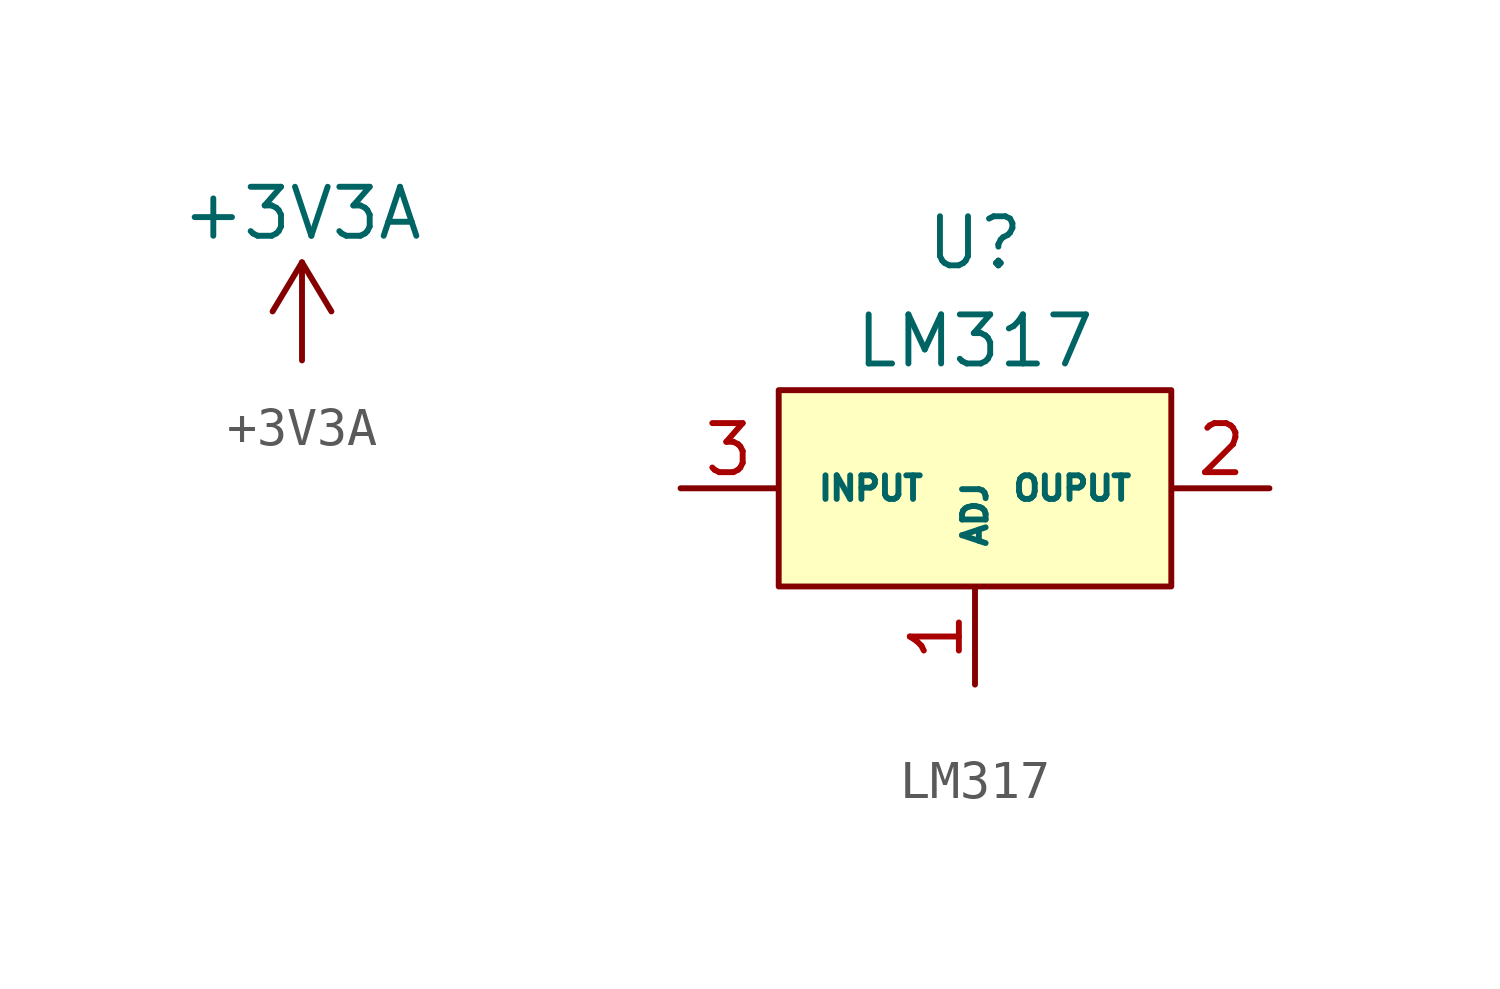
<source format=kicad_sym>
(kicad_symbol_lib
  (version 20211014)
  (generator kicad_symbol_editor)
  (symbol "+3V3A"
    (power)
    (pin_names
      (offset 0))
    (property "Reference" "#PWR"
      (at 0 6.35 0)
      (effects (font (size 1.27 1.27)) hide))
    (property "Value" "+3V3A"
      (at 0 3.81 0)
      (effects (font (size 1.27 1.27))))
    (symbol "+3V3A_0_1"
      (polyline (pts (xy 0 0) (xy 0 2.54)) (stroke (width 0) (type default) (color 0 0 0 0)) (fill (type none))))
    (symbol "+3V3A_1_1"
      (polyline (pts (xy -0.762 1.27) (xy 0 2.54)) (stroke (width 0) (type default) (color 0 0 0 0)) (fill (type none)))
      (polyline (pts (xy 0 2.54) (xy 0.762 1.27)) (stroke (width 0) (type default) (color 0 0 0 0)) (fill (type none)))
      (pin power_in line (at 0 0 90) (length 0) hide (name "+3V3A" (effects (font (size 0.991 0.991)))) (number "~" (effects (font (size 1.27 1.27)))))))
  (symbol "LM317"
    (pin_names
      (offset 1.016))
    (property "Reference" "U"
      (at 0 6.35 0)
      (effects (font (size 1.27 1.27))))
    (property "Value" "LM317"
      (at 0 3.81 0)
      (effects (font (size 1.27 1.27))))
    (symbol "LM317_0_1"
      (rectangle (start -5.08 2.54) (end 5.08 -2.54) (stroke (width 0) (type default) (color 0 0 0 0)) (fill (type background))))
    (symbol "LM317_1_1"
      (pin passive line (at 0 -5.08 90) (length 2.489) (name "ADJ" (effects (font (size 0.61 0.61)))) (number "1" (effects (font (size 1.27 1.27)))))
      (pin power_out line (at 7.62 0 180) (length 2.489) (name "OUPUT" (effects (font (size 0.61 0.61)))) (number "2" (effects (font (size 1.27 1.27)))))
      (pin power_in line (at -7.62 0 0) (length 2.489) (name "INPUT" (effects (font (size 0.61 0.61)))) (number "3" (effects (font (size 1.27 1.27))))))))
</source>
